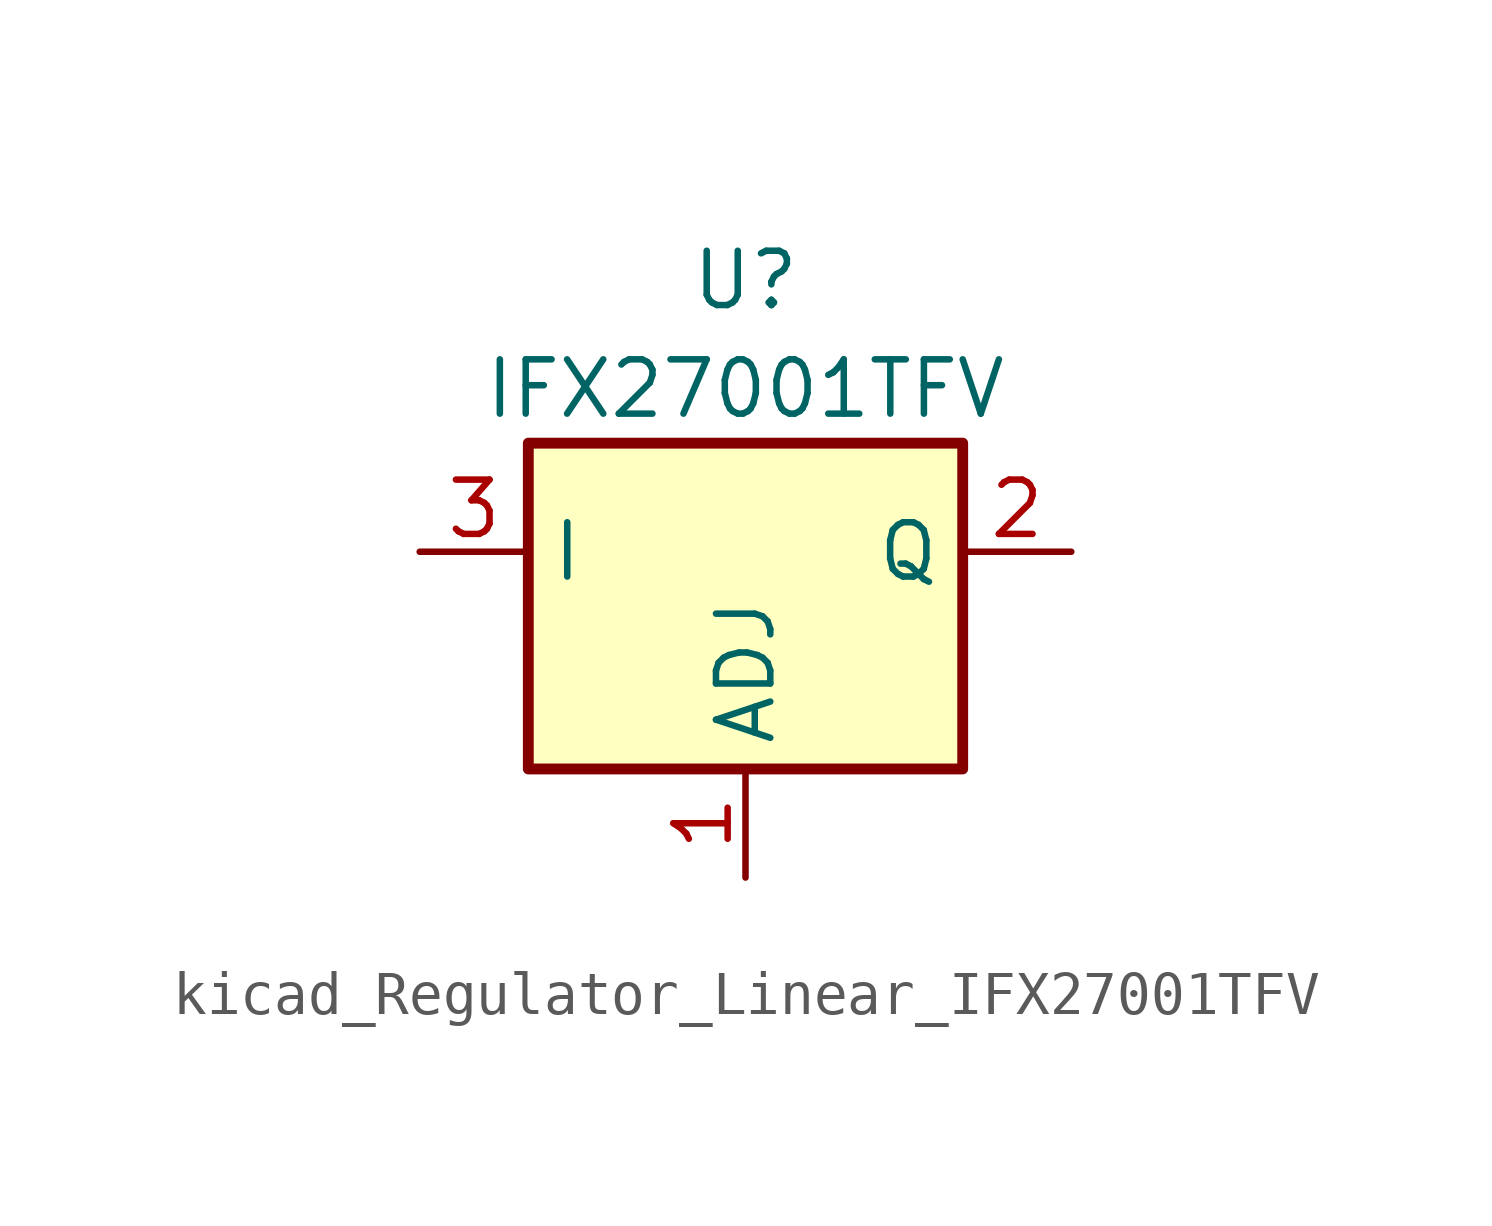
<source format=kicad_sym>
(kicad_symbol_lib
  (version 20220914)
  (generator kicad_symbol_editor)
  (symbol "kicad_Regulator_Linear_IFX27001TFV"
    (property "Reference" "U"
      (at 0 6.35 0)
      (effects (font (size 1.27 1.27))))
    (property "Value" "IFX27001TFV"
      (at 0 3.81 0)
      (effects (font (size 1.27 1.27))))
    (symbol "kicad_Regulator_Linear_IFX27001TFV_1_1"
      (rectangle (start -5.08 2.54) (end 5.08 -5.08) (stroke (width 0.254) (type default)) (fill (type background)))
      (pin input line (at 0 -7.62 90) (length 2.54) (name "ADJ" (effects (font (size 1.27 1.27)))) (number "1" (effects (font (size 1.27 1.27)))))
      (pin power_out line (at 7.62 0 180) (length 2.54) (name "Q" (effects (font (size 1.27 1.27)))) (number "2" (effects (font (size 1.27 1.27)))))
      (pin power_in line (at -7.62 0 0) (length 2.54) (name "I" (effects (font (size 1.27 1.27)))) (number "3" (effects (font (size 1.27 1.27))))))))
</source>
